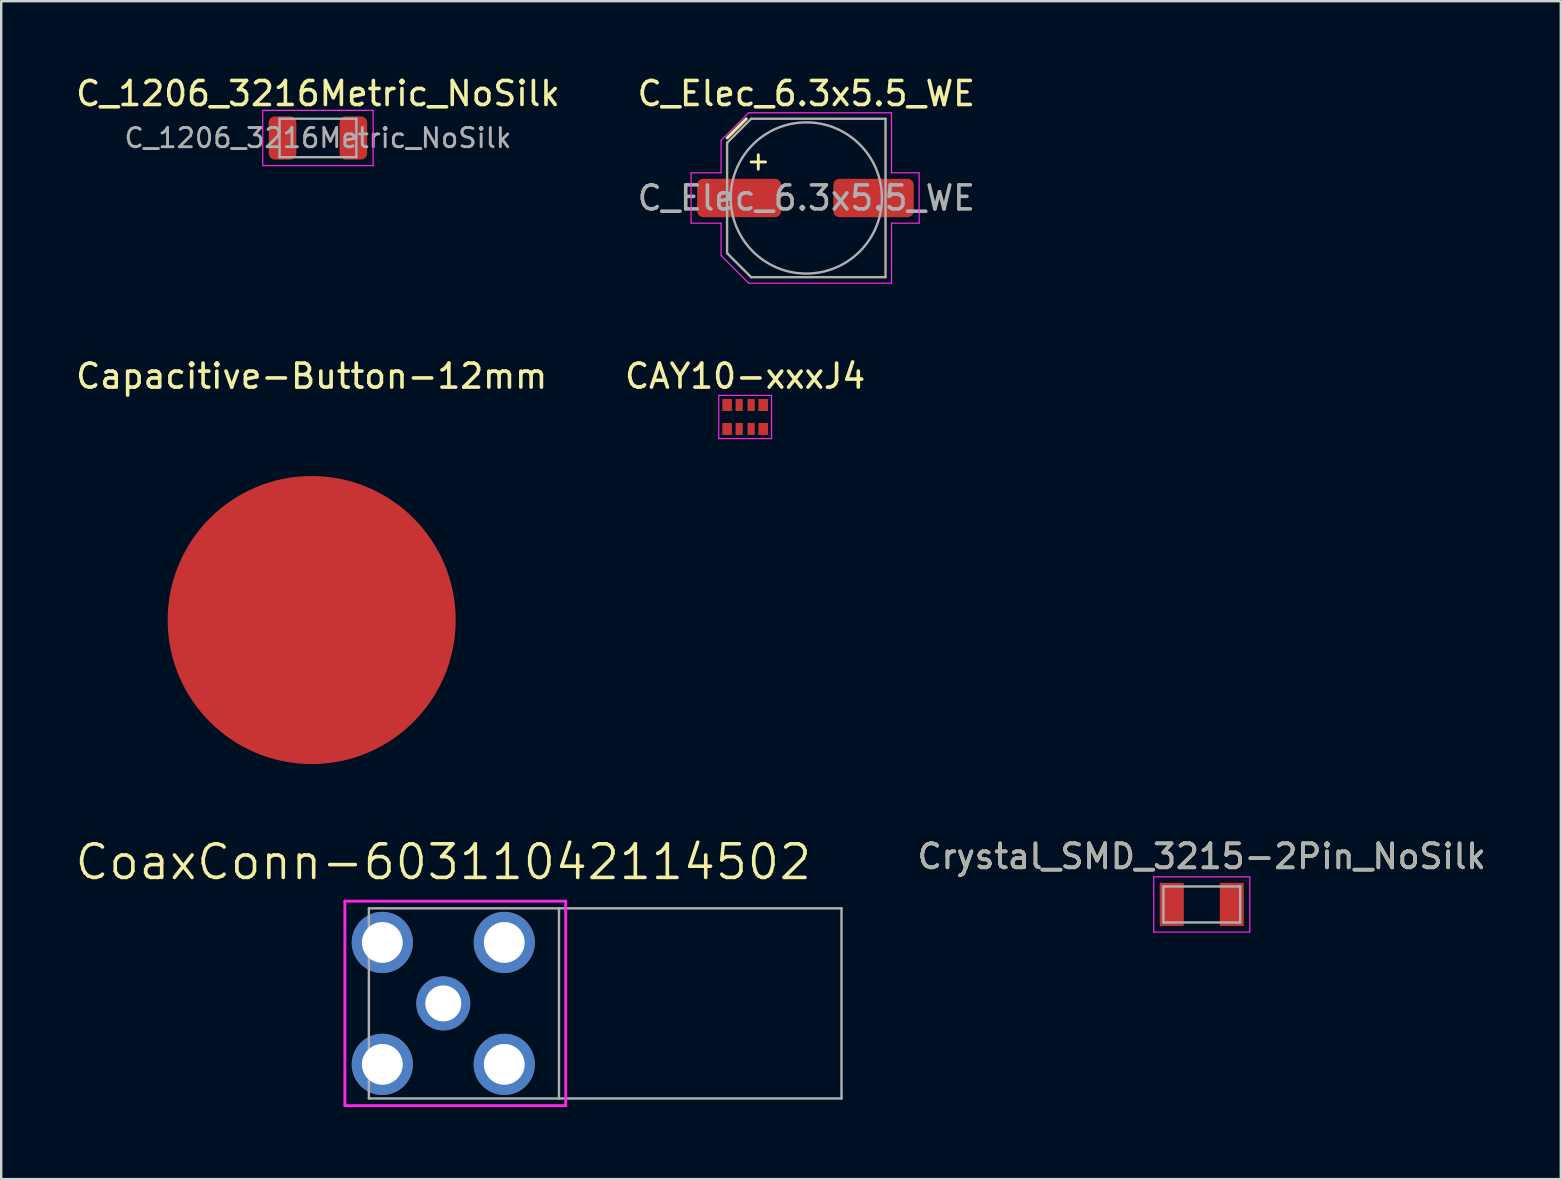
<source format=kicad_pcb>
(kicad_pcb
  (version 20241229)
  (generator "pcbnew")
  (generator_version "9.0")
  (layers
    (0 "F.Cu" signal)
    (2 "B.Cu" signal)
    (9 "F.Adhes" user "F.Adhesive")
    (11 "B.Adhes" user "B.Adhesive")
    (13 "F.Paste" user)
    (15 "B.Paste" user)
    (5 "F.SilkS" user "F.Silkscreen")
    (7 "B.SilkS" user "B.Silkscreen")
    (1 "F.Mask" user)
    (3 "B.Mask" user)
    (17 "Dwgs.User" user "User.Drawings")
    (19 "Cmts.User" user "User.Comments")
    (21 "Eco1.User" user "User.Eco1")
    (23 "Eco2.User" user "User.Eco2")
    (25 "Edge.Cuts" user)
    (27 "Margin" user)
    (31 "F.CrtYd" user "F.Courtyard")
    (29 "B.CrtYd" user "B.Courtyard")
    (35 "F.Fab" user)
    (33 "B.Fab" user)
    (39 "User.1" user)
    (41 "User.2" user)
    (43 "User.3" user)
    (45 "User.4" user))
  (footprint "Capacitive-Button-12mm"
    (layer "F.Cu")
    (at 9.935 22.782)
    (property "Reference" "Capacitive-Button-12mm" (at 0 -10.16 0) (layer "F.SilkS") (effects (font (size 1 1) (thickness 0.15))))
    (attr through_hole)
    (pad "1" smd circle (at 0 0) (size 12 12) (layers "F.Cu")))
  (footprint "CAY10-xxxJ4"
    (layer "F.Cu")
    (at 27.994 14.322)
    (property "Reference" "CAY10-xxxJ4" (at 0 -1.7 0) (unlocked yes) (layer "F.SilkS") (effects (font (size 1 1) (thickness 0.15))))
    (attr smd)
    (fp_line (start -1.1 -0.9) (end -1.1 0.9) (stroke (width 0.05) (type solid)) (layer "F.CrtYd"))
    (fp_line (start -1.1 -0.9) (end 1.1 -0.9) (stroke (width 0.05) (type solid)) (layer "F.CrtYd"))
    (fp_line (start -1.1 0.9) (end 1.1 0.9) (stroke (width 0.05) (type solid)) (layer "F.CrtYd"))
    (fp_line (start 1.1 -0.9) (end 1.1 0.9) (stroke (width 0.05) (type solid)) (layer "F.CrtYd"))
    (pad "1" smd rect (at -0.75 0.5) (size 0.4 0.5) (layers "F.Cu" "F.Mask" "F.Paste"))
    (pad "2" smd rect (at -0.25 0.5) (size 0.3 0.5) (layers "F.Cu" "F.Mask" "F.Paste"))
    (pad "3" smd rect (at 0.25 0.5) (size 0.3 0.5) (layers "F.Cu" "F.Mask" "F.Paste"))
    (pad "4" smd rect (at 0.75 0.5) (size 0.4 0.5) (layers "F.Cu" "F.Mask" "F.Paste"))
    (pad "5" smd rect (at 0.75 -0.5) (size 0.4 0.5) (layers "F.Cu" "F.Mask" "F.Paste"))
    (pad "6" smd rect (at 0.25 -0.5) (size 0.3 0.5) (layers "F.Cu" "F.Mask" "F.Paste"))
    (pad "7" smd rect (at -0.25 -0.5) (size 0.3 0.5) (layers "F.Cu" "F.Mask" "F.Paste"))
    (pad "8" smd rect (at -0.75 -0.5) (size 0.4 0.5) (layers "F.Cu" "F.Mask" "F.Paste")))
  (footprint "C_Elec_6.3x5.5_WE"
    (layer "F.Cu")
    (at 30.542 5.198)
    (property "Reference" "C_Elec_6.3x5.5_WE" (at 0 -4.35 180) (layer "F.SilkS") (effects (font (size 1 1) (thickness 0.15))))
    (attr smd)
    (fp_line (start -3.3 -2.5) (end -2.5 -3.3) (stroke (width 0.12) (type solid)) (layer "F.SilkS"))
    (fp_line (start -2.3 -1.5) (end -1.7 -1.5) (stroke (width 0.12) (type solid)) (layer "F.SilkS"))
    (fp_line (start -2 -1.8) (end -2 -1.2) (stroke (width 0.12) (type solid)) (layer "F.SilkS"))
    (fp_line (start -4.8 -1.05) (end -4.8 1.05) (stroke (width 0.05) (type solid)) (layer "F.CrtYd"))
    (fp_line (start -4.8 1.05) (end -3.55 1.05) (stroke (width 0.05) (type solid)) (layer "F.CrtYd"))
    (fp_line (start -3.55 -2.4) (end -3.55 -1.05) (stroke (width 0.05) (type solid)) (layer "F.CrtYd"))
    (fp_line (start -3.55 -2.4) (end -2.4 -3.55) (stroke (width 0.05) (type solid)) (layer "F.CrtYd"))
    (fp_line (start -3.55 -1.05) (end -4.8 -1.05) (stroke (width 0.05) (type solid)) (layer "F.CrtYd"))
    (fp_line (start -3.55 1.05) (end -3.55 2.4) (stroke (width 0.05) (type solid)) (layer "F.CrtYd"))
    (fp_line (start -3.55 2.4) (end -2.4 3.55) (stroke (width 0.05) (type solid)) (layer "F.CrtYd"))
    (fp_line (start -2.4 -3.55) (end 3.55 -3.55) (stroke (width 0.05) (type solid)) (layer "F.CrtYd"))
    (fp_line (start -2.4 3.55) (end 3.55 3.55) (stroke (width 0.05) (type solid)) (layer "F.CrtYd"))
    (fp_line (start 3.55 -3.55) (end 3.55 -1.05) (stroke (width 0.05) (type solid)) (layer "F.CrtYd"))
    (fp_line (start 3.55 -1.05) (end 4.7 -1.05) (stroke (width 0.05) (type solid)) (layer "F.CrtYd"))
    (fp_line (start 3.55 1.05) (end 3.55 3.55) (stroke (width 0.05) (type solid)) (layer "F.CrtYd"))
    (fp_line (start 4.7 -1.05) (end 4.7 1.05) (stroke (width 0.05) (type solid)) (layer "F.CrtYd"))
    (fp_line (start 4.7 1.05) (end 3.55 1.05) (stroke (width 0.05) (type solid)) (layer "F.CrtYd"))
    (fp_line (start -3.3 -2.3) (end -3.3 2.3) (stroke (width 0.1) (type solid)) (layer "F.Fab"))
    (fp_line (start -3.3 -2.3) (end -2.3 -3.3) (stroke (width 0.1) (type solid)) (layer "F.Fab"))
    (fp_line (start -3.3 2.3) (end -2.3 3.3) (stroke (width 0.1) (type solid)) (layer "F.Fab"))
    (fp_line (start -2.3 -3.3) (end 3.3 -3.3) (stroke (width 0.1) (type solid)) (layer "F.Fab"))
    (fp_line (start -2.3 3.3) (end 3.3 3.3) (stroke (width 0.1) (type solid)) (layer "F.Fab"))
    (fp_line (start 3.3 -3.3) (end 3.3 3.3) (stroke (width 0.1) (type solid)) (layer "F.Fab"))
    (fp_circle (center 0 0) (end 3.15 0) (stroke (width 0.1) (type solid)) (fill no) (layer "F.Fab"))
    (fp_text user "${REFERENCE}" (at 0 0 180) (layer "F.Fab") (effects (font (size 1 1) (thickness 0.15))))
    (pad "+" smd roundrect (at -2.8 0) (size 3.5 1.6) (layers "F.Cu" "F.Mask" "F.Paste") (roundrect_rratio 0.156))
    (pad "-" smd roundrect (at 2.8 0) (size 3.35 1.6) (layers "F.Cu" "F.Mask" "F.Paste") (roundrect_rratio 0.156)))
  (footprint "C_1206_3216Metric_NoSilk"
    (layer "F.Cu")
    (at 10.196 2.698)
    (property "Reference" "C_1206_3216Metric_NoSilk" (at 0 -1.85 0) (layer "F.SilkS") (effects (font (size 1 1) (thickness 0.15))))
    (attr smd)
    (fp_line (start -2.3 -1.15) (end 2.3 -1.15) (stroke (width 0.05) (type solid)) (layer "F.CrtYd"))
    (fp_line (start -2.3 1.15) (end -2.3 -1.15) (stroke (width 0.05) (type solid)) (layer "F.CrtYd"))
    (fp_line (start 2.3 -1.15) (end 2.3 1.15) (stroke (width 0.05) (type solid)) (layer "F.CrtYd"))
    (fp_line (start 2.3 1.15) (end -2.3 1.15) (stroke (width 0.05) (type solid)) (layer "F.CrtYd"))
    (fp_line (start -1.6 -0.8) (end 1.6 -0.8) (stroke (width 0.1) (type solid)) (layer "F.Fab"))
    (fp_line (start -1.6 0.8) (end -1.6 -0.8) (stroke (width 0.1) (type solid)) (layer "F.Fab"))
    (fp_line (start 1.6 -0.8) (end 1.6 0.8) (stroke (width 0.1) (type solid)) (layer "F.Fab"))
    (fp_line (start 1.6 0.8) (end -1.6 0.8) (stroke (width 0.1) (type solid)) (layer "F.Fab"))
    (fp_text user "${REFERENCE}" (at 0 0 0) (layer "F.Fab") (effects (font (size 0.8 0.8) (thickness 0.12))))
    (pad "1" smd roundrect (at -1.475 0) (size 1.15 1.8) (layers "F.Cu" "F.Mask" "F.Paste") (roundrect_rratio 0.217))
    (pad "2" smd roundrect (at 1.475 0) (size 1.15 1.8) (layers "F.Cu" "F.Mask" "F.Paste") (roundrect_rratio 0.217)))
  (footprint "CoaxConn-60311042114502"
    (layer "F.Cu")
    (at 15.418 38.753)
    (property "Reference" "CoaxConn-60311042114502" (at 0 -5.889 0) (layer "F.SilkS") (effects (font (size 1.4 1.4) (thickness 0.15))))
    (attr through_hole)
    (fp_line (start -4.1 -4.26) (end 5.1 -4.26) (stroke (width 0.12) (type solid)) (layer "F.CrtYd"))
    (fp_line (start -4.1 4.26) (end -4.1 -4.26) (stroke (width 0.12) (type solid)) (layer "F.CrtYd"))
    (fp_line (start 5.1 -4.26) (end 5.1 4.26) (stroke (width 0.12) (type solid)) (layer "F.CrtYd"))
    (fp_line (start 5.1 4.26) (end -4.1 4.26) (stroke (width 0.12) (type solid)) (layer "F.CrtYd"))
    (fp_line (start -3.1 -3.96) (end 4.82 -3.96) (stroke (width 0.1) (type solid)) (layer "F.Fab"))
    (fp_line (start -3.1 3.96) (end -3.1 -3.96) (stroke (width 0.1) (type solid)) (layer "F.Fab"))
    (fp_line (start 4.82 -3.96) (end 4.82 3.96) (stroke (width 0.1) (type solid)) (layer "F.Fab"))
    (fp_line (start 4.82 -3.96) (end 16.59 -3.96) (stroke (width 0.1) (type solid)) (layer "F.Fab"))
    (fp_line (start 4.82 3.96) (end -3.1 3.96) (stroke (width 0.1) (type solid)) (layer "F.Fab"))
    (fp_line (start 16.59 -3.96) (end 16.59 3.96) (stroke (width 0.1) (type solid)) (layer "F.Fab"))
    (fp_line (start 16.59 3.96) (end 4.82 3.96) (stroke (width 0.1) (type solid)) (layer "F.Fab"))
    (pad "1" thru_hole circle (at 0 0) (size 2.25 2.25) (drill 1.5) (layers "*.Cu" "*.Mask"))
    (pad "2" thru_hole circle (at -2.54 -2.54) (size 2.55 2.55) (drill 1.7) (layers "*.Cu" "*.Mask"))
    (pad "2" thru_hole circle (at -2.54 2.54) (size 2.55 2.55) (drill 1.7) (layers "*.Cu" "*.Mask"))
    (pad "2" thru_hole circle (at 2.54 -2.54) (size 2.55 2.55) (drill 1.7) (layers "*.Cu" "*.Mask"))
    (pad "2" thru_hole circle (at 2.54 2.54) (size 2.55 2.55) (drill 1.7) (layers "*.Cu" "*.Mask")))
  (footprint "Crystal_SMD_3215-2Pin_NoSilk"
    (layer "F.Cu")
    (at 47.017 34.63)
    (property "Reference" "Crystal_SMD_3215-2Pin_NoSilk" (at 0 -2 0) (layer "F.SilkS") (effects (font (size 1 1) (thickness 0.15))))
    (attr smd)
    (fp_line (start -2 -1.15) (end -2 1.15) (stroke (width 0.05) (type solid)) (layer "F.CrtYd"))
    (fp_line (start -2 -1.15) (end 2 -1.15) (stroke (width 0.05) (type solid)) (layer "F.CrtYd"))
    (fp_line (start -2 1.15) (end 2 1.15) (stroke (width 0.05) (type solid)) (layer "F.CrtYd"))
    (fp_line (start 2 -1.15) (end 2 1.15) (stroke (width 0.05) (type solid)) (layer "F.CrtYd"))
    (fp_line (start -1.6 -0.75) (end -1.6 0.75) (stroke (width 0.1) (type solid)) (layer "F.Fab"))
    (fp_line (start -1.6 -0.75) (end 1.6 -0.75) (stroke (width 0.1) (type solid)) (layer "F.Fab"))
    (fp_line (start -1.6 0.75) (end 1.6 0.75) (stroke (width 0.1) (type solid)) (layer "F.Fab"))
    (fp_line (start 1.6 -0.75) (end 1.6 0.75) (stroke (width 0.1) (type solid)) (layer "F.Fab"))
    (fp_text user "${REFERENCE}" (at 0 -2 0) (layer "F.Fab") (effects (font (size 1 1) (thickness 0.15))))
    (pad "1" smd rect (at 1.25 0) (size 1 1.8) (layers "F.Cu" "F.Mask" "F.Paste"))
    (pad "2" smd rect (at -1.25 0) (size 1 1.8) (layers "F.Cu" "F.Mask" "F.Paste")))
  (gr_rect
    (start -3 -3)
    (end 61.975 46.073)
    (stroke (width 0.1) (type default))
    (fill no)
    (layer "Edge.Cuts")))
</source>
